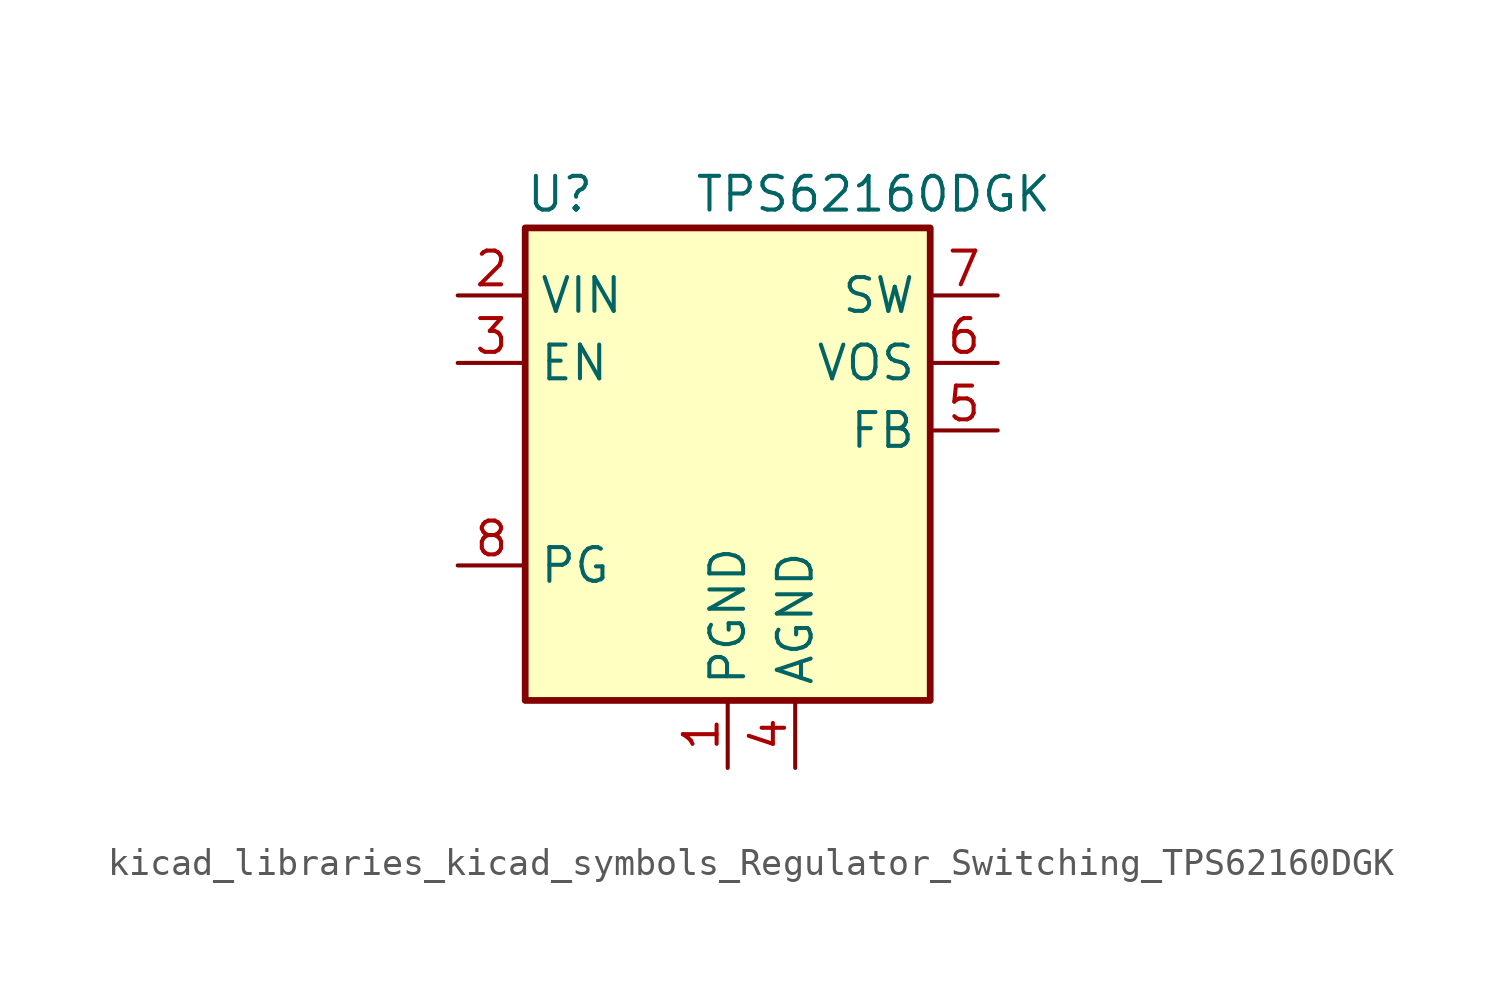
<source format=kicad_sym>
(kicad_symbol_lib
  (version 20220914)
  (generator kicad_symbol_editor)
  (symbol "kicad_libraries_kicad_symbols_Regulator_Switching_TPS62160DGK"
    (property "Reference" "U"
      (at -7.62 11.43 0)
      (effects (font (size 1.27 1.27)) (justify left)))
    (property "Value" "TPS62160DGK"
      (at -1.27 11.43 0)
      (effects (font (size 1.27 1.27)) (justify left)))
    (symbol "kicad_libraries_kicad_symbols_Regulator_Switching_TPS62160DGK_0_1"
      (rectangle (start -7.62 10.16) (end 7.62 -7.62) (stroke (width 0.254) (type default)) (fill (type background))))
    (symbol "kicad_libraries_kicad_symbols_Regulator_Switching_TPS62160DGK_1_1"
      (pin power_in line (at 0 -10.16 90) (length 2.54) (name "PGND" (effects (font (size 1.27 1.27)))) (number "1" (effects (font (size 1.27 1.27)))))
      (pin power_in line (at -10.16 7.62 0) (length 2.54) (name "VIN" (effects (font (size 1.27 1.27)))) (number "2" (effects (font (size 1.27 1.27)))))
      (pin input line (at -10.16 5.08 0) (length 2.54) (name "EN" (effects (font (size 1.27 1.27)))) (number "3" (effects (font (size 1.27 1.27)))))
      (pin power_in line (at 2.54 -10.16 90) (length 2.54) (name "AGND" (effects (font (size 1.27 1.27)))) (number "4" (effects (font (size 1.27 1.27)))))
      (pin input line (at 10.16 2.54 180) (length 2.54) (name "FB" (effects (font (size 1.27 1.27)))) (number "5" (effects (font (size 1.27 1.27)))))
      (pin input line (at 10.16 5.08 180) (length 2.54) (name "VOS" (effects (font (size 1.27 1.27)))) (number "6" (effects (font (size 1.27 1.27)))))
      (pin output line (at 10.16 7.62 180) (length 2.54) (name "SW" (effects (font (size 1.27 1.27)))) (number "7" (effects (font (size 1.27 1.27)))))
      (pin open_collector line (at -10.16 -2.54 0) (length 2.54) (name "PG" (effects (font (size 1.27 1.27)))) (number "8" (effects (font (size 1.27 1.27))))))))
</source>
